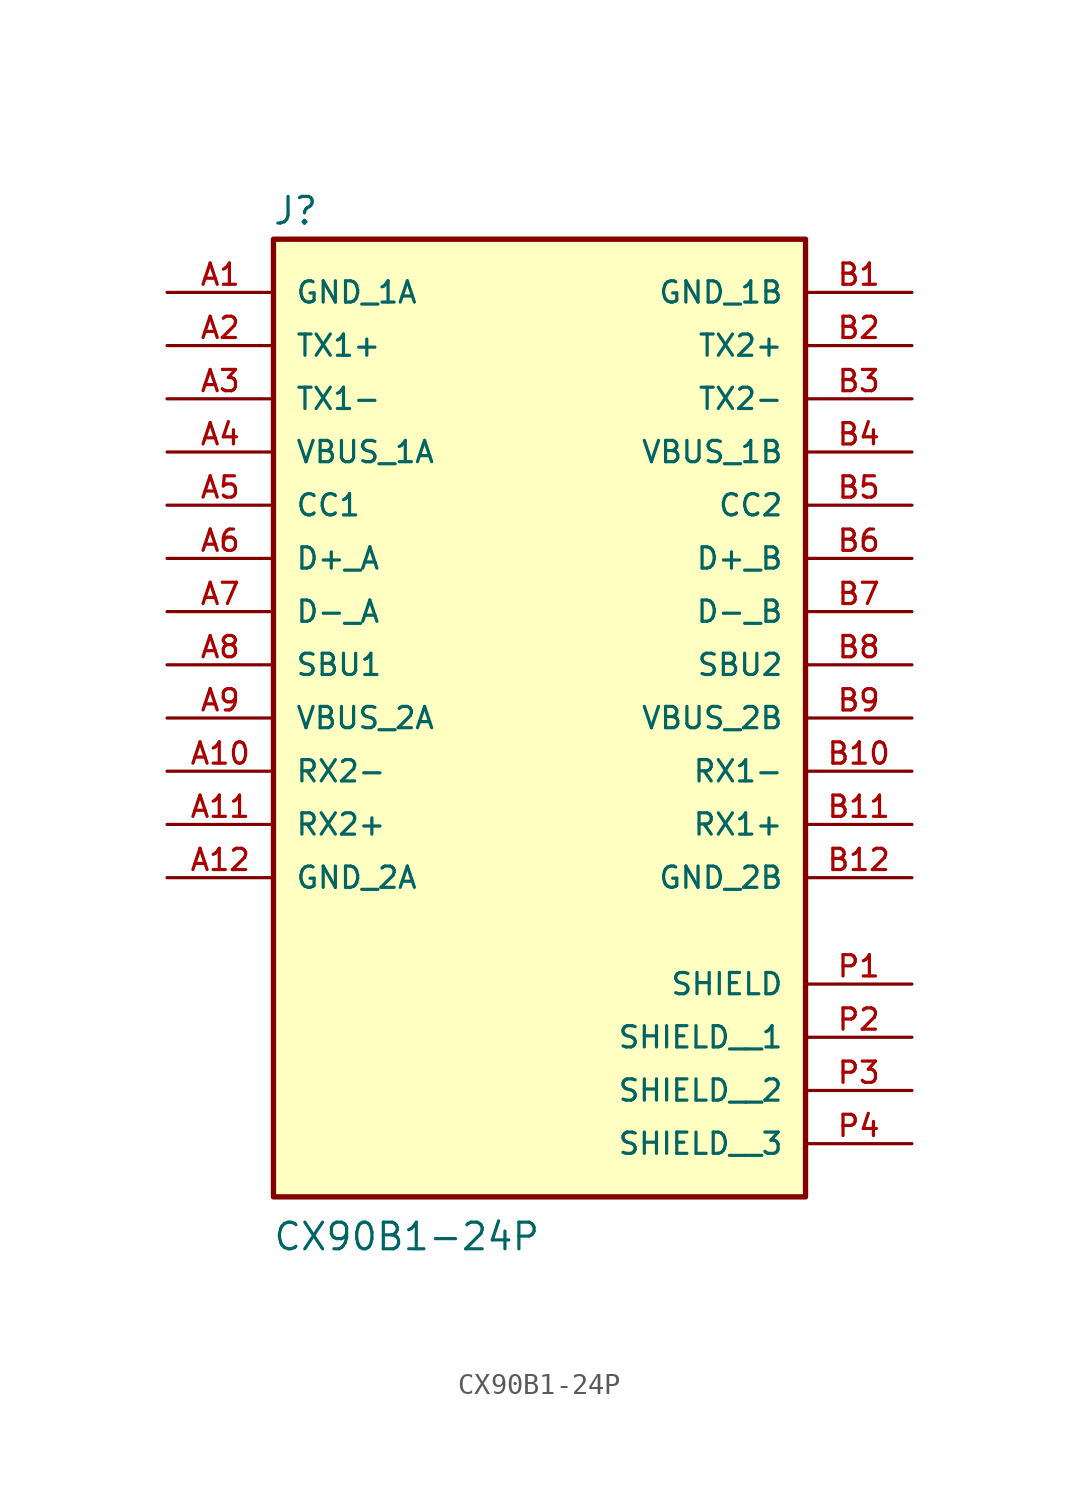
<source format=kicad_sym>
(kicad_symbol_lib
  (version 20211014)
  (generator kicad_symbol_editor)
  (symbol "CX90B1-24P"
    (pin_names
      (offset 1.016))
    (property "Reference" "J"
      (at -12.77 18.389 0)
      (effects (font (size 1.27 1.27)) (justify bottom left)))
    (property "Value" "CX90B1-24P"
      (at -12.756 -30.581 0)
      (effects (font (size 1.27 1.27)) (justify bottom left)))
    (symbol "CX90B1-24P_0_0"
      (rectangle (start -12.7 -27.94) (end 12.7 17.78) (stroke (width 0.254)) (fill (type background)))
      (pin power_in line (at -17.78 15.24 0) (length 5.08) (name "GND_1A" (effects (font (size 1.016 1.016)))) (number "A1" (effects (font (size 1.016 1.016)))))
      (pin output line (at -17.78 12.7 0) (length 5.08) (name "TX1+" (effects (font (size 1.016 1.016)))) (number "A2" (effects (font (size 1.016 1.016)))))
      (pin output line (at -17.78 10.16 0) (length 5.08) (name "TX1-" (effects (font (size 1.016 1.016)))) (number "A3" (effects (font (size 1.016 1.016)))))
      (pin power_in line (at -17.78 7.62 0) (length 5.08) (name "VBUS_1A" (effects (font (size 1.016 1.016)))) (number "A4" (effects (font (size 1.016 1.016)))))
      (pin bidirectional line (at -17.78 5.08 0) (length 5.08) (name "CC1" (effects (font (size 1.016 1.016)))) (number "A5" (effects (font (size 1.016 1.016)))))
      (pin bidirectional line (at -17.78 2.54 0) (length 5.08) (name "D+_A" (effects (font (size 1.016 1.016)))) (number "A6" (effects (font (size 1.016 1.016)))))
      (pin bidirectional line (at -17.78 0.0 0) (length 5.08) (name "D-_A" (effects (font (size 1.016 1.016)))) (number "A7" (effects (font (size 1.016 1.016)))))
      (pin bidirectional line (at -17.78 -2.54 0) (length 5.08) (name "SBU1" (effects (font (size 1.016 1.016)))) (number "A8" (effects (font (size 1.016 1.016)))))
      (pin power_in line (at -17.78 -5.08 0) (length 5.08) (name "VBUS_2A" (effects (font (size 1.016 1.016)))) (number "A9" (effects (font (size 1.016 1.016)))))
      (pin input line (at -17.78 -7.62 0) (length 5.08) (name "RX2-" (effects (font (size 1.016 1.016)))) (number "A10" (effects (font (size 1.016 1.016)))))
      (pin input line (at -17.78 -10.16 0) (length 5.08) (name "RX2+" (effects (font (size 1.016 1.016)))) (number "A11" (effects (font (size 1.016 1.016)))))
      (pin power_in line (at -17.78 -12.7 0) (length 5.08) (name "GND_2A" (effects (font (size 1.016 1.016)))) (number "A12" (effects (font (size 1.016 1.016)))))
      (pin power_in line (at 17.78 15.24 180.0) (length 5.08) (name "GND_1B" (effects (font (size 1.016 1.016)))) (number "B1" (effects (font (size 1.016 1.016)))))
      (pin output line (at 17.78 12.7 180.0) (length 5.08) (name "TX2+" (effects (font (size 1.016 1.016)))) (number "B2" (effects (font (size 1.016 1.016)))))
      (pin output line (at 17.78 10.16 180.0) (length 5.08) (name "TX2-" (effects (font (size 1.016 1.016)))) (number "B3" (effects (font (size 1.016 1.016)))))
      (pin power_in line (at 17.78 7.62 180.0) (length 5.08) (name "VBUS_1B" (effects (font (size 1.016 1.016)))) (number "B4" (effects (font (size 1.016 1.016)))))
      (pin bidirectional line (at 17.78 5.08 180.0) (length 5.08) (name "CC2" (effects (font (size 1.016 1.016)))) (number "B5" (effects (font (size 1.016 1.016)))))
      (pin bidirectional line (at 17.78 2.54 180.0) (length 5.08) (name "D+_B" (effects (font (size 1.016 1.016)))) (number "B6" (effects (font (size 1.016 1.016)))))
      (pin bidirectional line (at 17.78 0.0 180.0) (length 5.08) (name "D-_B" (effects (font (size 1.016 1.016)))) (number "B7" (effects (font (size 1.016 1.016)))))
      (pin bidirectional line (at 17.78 -2.54 180.0) (length 5.08) (name "SBU2" (effects (font (size 1.016 1.016)))) (number "B8" (effects (font (size 1.016 1.016)))))
      (pin power_in line (at 17.78 -5.08 180.0) (length 5.08) (name "VBUS_2B" (effects (font (size 1.016 1.016)))) (number "B9" (effects (font (size 1.016 1.016)))))
      (pin input line (at 17.78 -7.62 180.0) (length 5.08) (name "RX1-" (effects (font (size 1.016 1.016)))) (number "B10" (effects (font (size 1.016 1.016)))))
      (pin input line (at 17.78 -10.16 180.0) (length 5.08) (name "RX1+" (effects (font (size 1.016 1.016)))) (number "B11" (effects (font (size 1.016 1.016)))))
      (pin power_in line (at 17.78 -12.7 180.0) (length 5.08) (name "GND_2B" (effects (font (size 1.016 1.016)))) (number "B12" (effects (font (size 1.016 1.016)))))
      (pin passive line (at 17.78 -17.78 180.0) (length 5.08) (name "SHIELD" (effects (font (size 1.016 1.016)))) (number "P1" (effects (font (size 1.016 1.016)))))
      (pin passive line (at 17.78 -20.32 180.0) (length 5.08) (name "SHIELD__1" (effects (font (size 1.016 1.016)))) (number "P2" (effects (font (size 1.016 1.016)))))
      (pin passive line (at 17.78 -22.86 180.0) (length 5.08) (name "SHIELD__2" (effects (font (size 1.016 1.016)))) (number "P3" (effects (font (size 1.016 1.016)))))
      (pin passive line (at 17.78 -25.4 180.0) (length 5.08) (name "SHIELD__3" (effects (font (size 1.016 1.016)))) (number "P4" (effects (font (size 1.016 1.016))))))))
</source>
